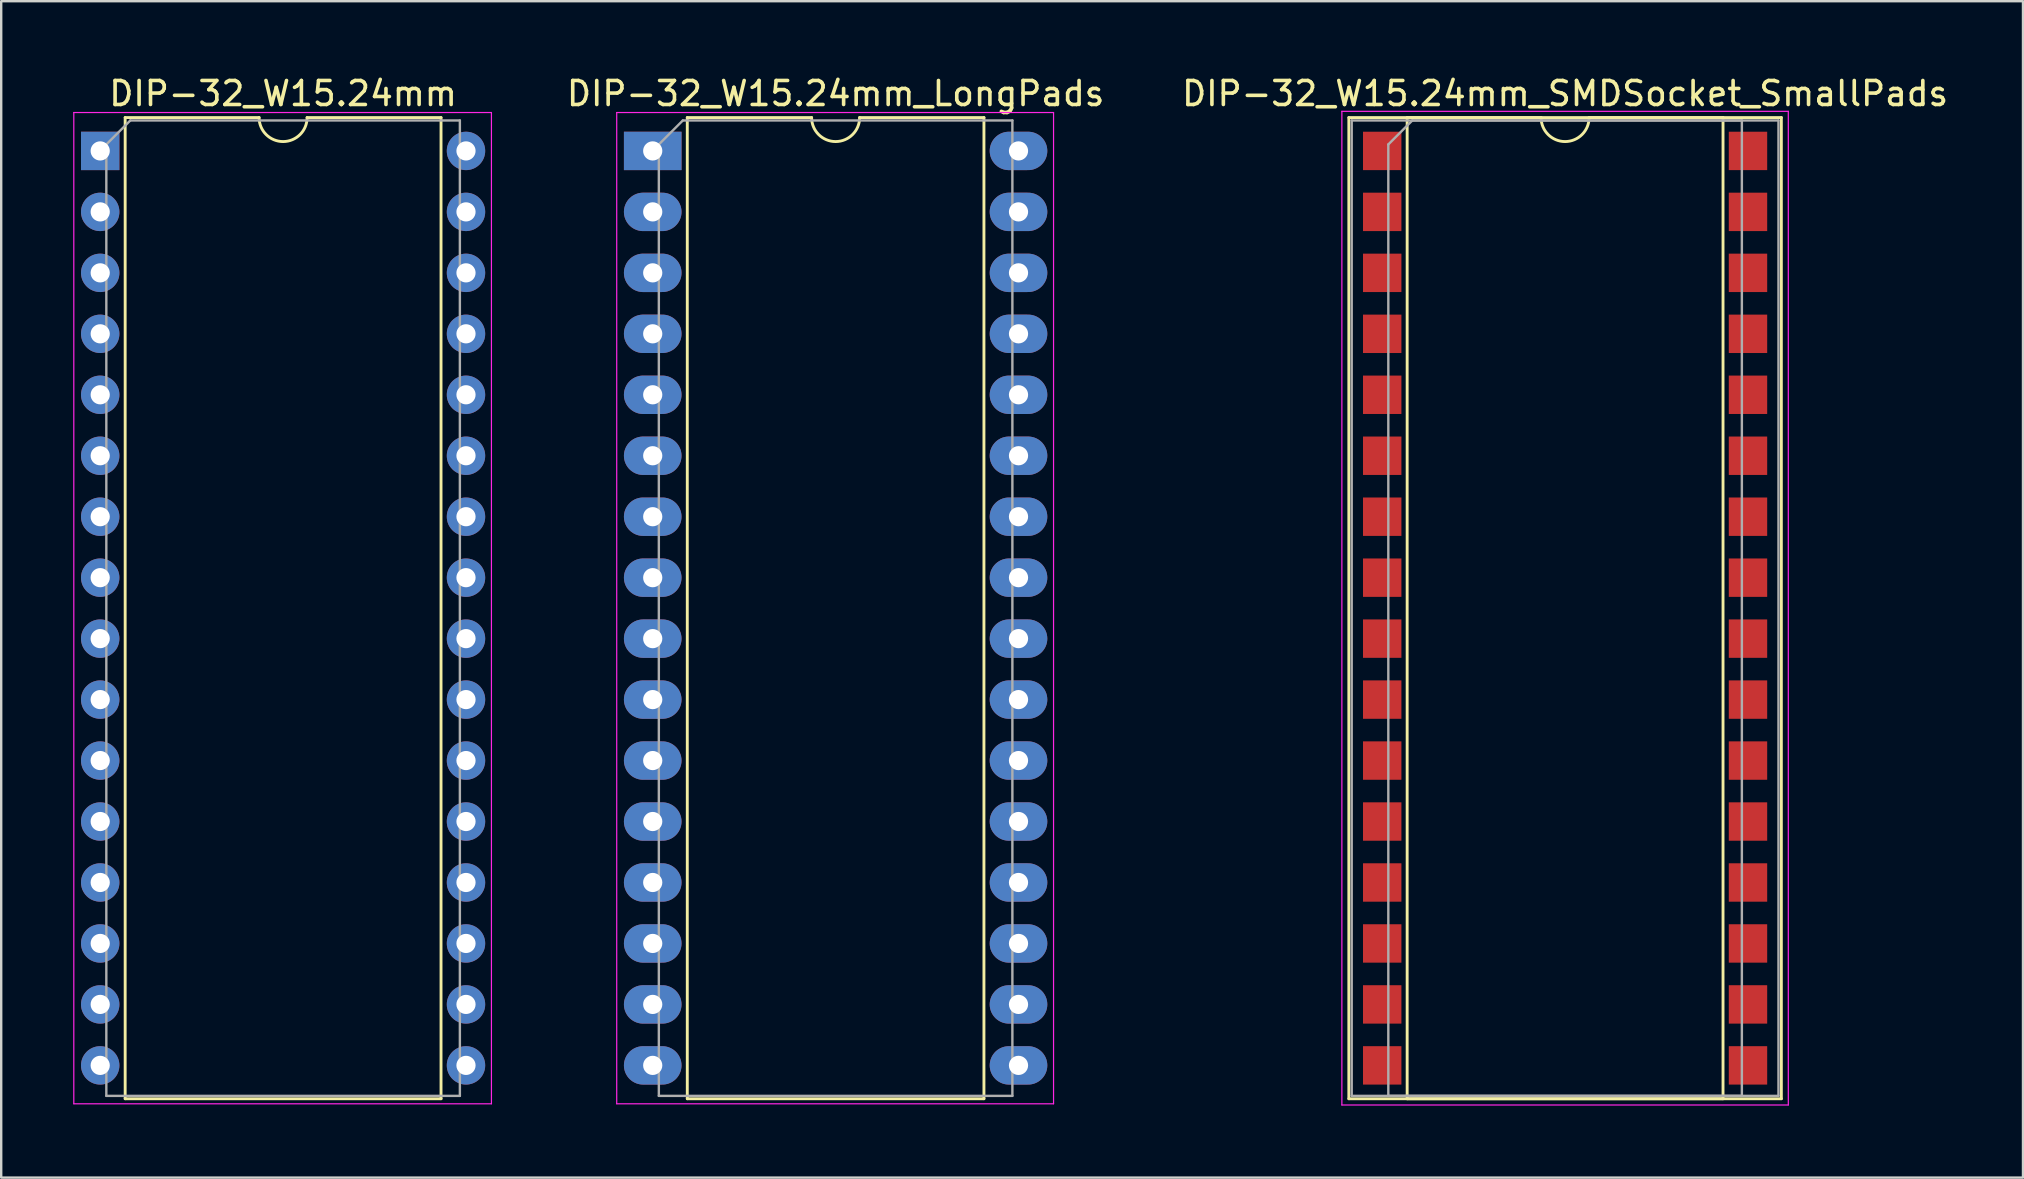
<source format=kicad_pcb>
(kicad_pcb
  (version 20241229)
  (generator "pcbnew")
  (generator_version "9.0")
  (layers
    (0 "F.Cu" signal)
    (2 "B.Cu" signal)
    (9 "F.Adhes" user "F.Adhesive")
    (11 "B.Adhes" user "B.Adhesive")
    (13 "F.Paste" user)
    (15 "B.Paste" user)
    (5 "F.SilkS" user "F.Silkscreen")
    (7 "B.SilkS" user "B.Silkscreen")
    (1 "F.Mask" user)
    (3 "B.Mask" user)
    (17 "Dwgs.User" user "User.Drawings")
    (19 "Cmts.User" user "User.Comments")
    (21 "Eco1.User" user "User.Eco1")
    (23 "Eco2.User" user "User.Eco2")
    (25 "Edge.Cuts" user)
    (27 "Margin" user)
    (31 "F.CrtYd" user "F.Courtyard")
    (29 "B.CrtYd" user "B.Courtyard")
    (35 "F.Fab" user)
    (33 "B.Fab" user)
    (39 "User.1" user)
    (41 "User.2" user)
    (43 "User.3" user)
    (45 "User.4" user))
  (footprint "DIP-32_W15.24mm_LongPads"
    (layer "F.Cu")
    (at 24.145 3.238)
    (property "Reference" "DIP-32_W15.24mm_LongPads" (at 7.62 -2.39 0) (layer "F.SilkS") (effects (font (size 1 1) (thickness 0.15))))
    (attr through_hole)
    (fp_line (start 1.44 -1.39) (end 1.44 39.49) (stroke (width 0.12) (type solid)) (layer "F.SilkS"))
    (fp_line (start 1.44 39.49) (end 13.8 39.49) (stroke (width 0.12) (type solid)) (layer "F.SilkS"))
    (fp_line (start 6.62 -1.39) (end 1.44 -1.39) (stroke (width 0.12) (type solid)) (layer "F.SilkS"))
    (fp_line (start 13.8 -1.39) (end 8.62 -1.39) (stroke (width 0.12) (type solid)) (layer "F.SilkS"))
    (fp_line (start 13.8 39.49) (end 13.8 -1.39) (stroke (width 0.12) (type solid)) (layer "F.SilkS"))
    (fp_arc (start 8.62 -1.39) (mid 7.62 -0.39) (end 6.62 -1.39) (stroke (width 0.12) (type solid)) (layer "F.SilkS"))
    (fp_line (start -1.5 -1.6) (end -1.5 39.7) (stroke (width 0.05) (type solid)) (layer "F.CrtYd"))
    (fp_line (start -1.5 39.7) (end 16.7 39.7) (stroke (width 0.05) (type solid)) (layer "F.CrtYd"))
    (fp_line (start 16.7 -1.6) (end -1.5 -1.6) (stroke (width 0.05) (type solid)) (layer "F.CrtYd"))
    (fp_line (start 16.7 39.7) (end 16.7 -1.6) (stroke (width 0.05) (type solid)) (layer "F.CrtYd"))
    (fp_line (start 0.255 -0.27) (end 1.255 -1.27) (stroke (width 0.1) (type solid)) (layer "F.Fab"))
    (fp_line (start 0.255 39.37) (end 0.255 -0.27) (stroke (width 0.1) (type solid)) (layer "F.Fab"))
    (fp_line (start 1.255 -1.27) (end 14.985 -1.27) (stroke (width 0.1) (type solid)) (layer "F.Fab"))
    (fp_line (start 14.985 -1.27) (end 14.985 39.37) (stroke (width 0.1) (type solid)) (layer "F.Fab"))
    (fp_line (start 14.985 39.37) (end 0.255 39.37) (stroke (width 0.1) (type solid)) (layer "F.Fab"))
    (pad "1" thru_hole rect (at 0 0) (size 2.4 1.6) (drill 0.8) (layers "*.Cu" "*.Mask"))
    (pad "2" thru_hole oval (at 0 2.54) (size 2.4 1.6) (drill 0.8) (layers "*.Cu" "*.Mask"))
    (pad "3" thru_hole oval (at 0 5.08) (size 2.4 1.6) (drill 0.8) (layers "*.Cu" "*.Mask"))
    (pad "4" thru_hole oval (at 0 7.62) (size 2.4 1.6) (drill 0.8) (layers "*.Cu" "*.Mask"))
    (pad "5" thru_hole oval (at 0 10.16) (size 2.4 1.6) (drill 0.8) (layers "*.Cu" "*.Mask"))
    (pad "6" thru_hole oval (at 0 12.7) (size 2.4 1.6) (drill 0.8) (layers "*.Cu" "*.Mask"))
    (pad "7" thru_hole oval (at 0 15.24) (size 2.4 1.6) (drill 0.8) (layers "*.Cu" "*.Mask"))
    (pad "8" thru_hole oval (at 0 17.78) (size 2.4 1.6) (drill 0.8) (layers "*.Cu" "*.Mask"))
    (pad "9" thru_hole oval (at 0 20.32) (size 2.4 1.6) (drill 0.8) (layers "*.Cu" "*.Mask"))
    (pad "10" thru_hole oval (at 0 22.86) (size 2.4 1.6) (drill 0.8) (layers "*.Cu" "*.Mask"))
    (pad "11" thru_hole oval (at 0 25.4) (size 2.4 1.6) (drill 0.8) (layers "*.Cu" "*.Mask"))
    (pad "12" thru_hole oval (at 0 27.94) (size 2.4 1.6) (drill 0.8) (layers "*.Cu" "*.Mask"))
    (pad "13" thru_hole oval (at 0 30.48) (size 2.4 1.6) (drill 0.8) (layers "*.Cu" "*.Mask"))
    (pad "14" thru_hole oval (at 0 33.02) (size 2.4 1.6) (drill 0.8) (layers "*.Cu" "*.Mask"))
    (pad "15" thru_hole oval (at 0 35.56) (size 2.4 1.6) (drill 0.8) (layers "*.Cu" "*.Mask"))
    (pad "16" thru_hole oval (at 0 38.1) (size 2.4 1.6) (drill 0.8) (layers "*.Cu" "*.Mask"))
    (pad "17" thru_hole oval (at 15.24 38.1) (size 2.4 1.6) (drill 0.8) (layers "*.Cu" "*.Mask"))
    (pad "18" thru_hole oval (at 15.24 35.56) (size 2.4 1.6) (drill 0.8) (layers "*.Cu" "*.Mask"))
    (pad "19" thru_hole oval (at 15.24 33.02) (size 2.4 1.6) (drill 0.8) (layers "*.Cu" "*.Mask"))
    (pad "20" thru_hole oval (at 15.24 30.48) (size 2.4 1.6) (drill 0.8) (layers "*.Cu" "*.Mask"))
    (pad "21" thru_hole oval (at 15.24 27.94) (size 2.4 1.6) (drill 0.8) (layers "*.Cu" "*.Mask"))
    (pad "22" thru_hole oval (at 15.24 25.4) (size 2.4 1.6) (drill 0.8) (layers "*.Cu" "*.Mask"))
    (pad "23" thru_hole oval (at 15.24 22.86) (size 2.4 1.6) (drill 0.8) (layers "*.Cu" "*.Mask"))
    (pad "24" thru_hole oval (at 15.24 20.32) (size 2.4 1.6) (drill 0.8) (layers "*.Cu" "*.Mask"))
    (pad "25" thru_hole oval (at 15.24 17.78) (size 2.4 1.6) (drill 0.8) (layers "*.Cu" "*.Mask"))
    (pad "26" thru_hole oval (at 15.24 15.24) (size 2.4 1.6) (drill 0.8) (layers "*.Cu" "*.Mask"))
    (pad "27" thru_hole oval (at 15.24 12.7) (size 2.4 1.6) (drill 0.8) (layers "*.Cu" "*.Mask"))
    (pad "28" thru_hole oval (at 15.24 10.16) (size 2.4 1.6) (drill 0.8) (layers "*.Cu" "*.Mask"))
    (pad "29" thru_hole oval (at 15.24 7.62) (size 2.4 1.6) (drill 0.8) (layers "*.Cu" "*.Mask"))
    (pad "30" thru_hole oval (at 15.24 5.08) (size 2.4 1.6) (drill 0.8) (layers "*.Cu" "*.Mask"))
    (pad "31" thru_hole oval (at 15.24 2.54) (size 2.4 1.6) (drill 0.8) (layers "*.Cu" "*.Mask"))
    (pad "32" thru_hole oval (at 15.24 0) (size 2.4 1.6) (drill 0.8) (layers "*.Cu" "*.Mask")))
  (footprint "DIP-32_W15.24mm_SMDSocket_SmallPads"
    (layer "F.Cu")
    (at 62.158 22.288)
    (property "Reference" "DIP-32_W15.24mm_SMDSocket_SmallPads" (at 0 -21.44 0) (layer "F.SilkS") (effects (font (size 1 1) (thickness 0.15))))
    (attr smd)
    (fp_line (start -9.01 -20.44) (end -9.01 20.44) (stroke (width 0.12) (type solid)) (layer "F.SilkS"))
    (fp_line (start -9.01 20.44) (end 9.01 20.44) (stroke (width 0.12) (type solid)) (layer "F.SilkS"))
    (fp_line (start -6.58 -20.44) (end -6.58 20.44) (stroke (width 0.12) (type solid)) (layer "F.SilkS"))
    (fp_line (start -6.58 20.44) (end 6.58 20.44) (stroke (width 0.12) (type solid)) (layer "F.SilkS"))
    (fp_line (start -1 -20.44) (end -6.58 -20.44) (stroke (width 0.12) (type solid)) (layer "F.SilkS"))
    (fp_line (start 6.58 -20.44) (end 1 -20.44) (stroke (width 0.12) (type solid)) (layer "F.SilkS"))
    (fp_line (start 6.58 20.44) (end 6.58 -20.44) (stroke (width 0.12) (type solid)) (layer "F.SilkS"))
    (fp_line (start 9.01 -20.44) (end -9.01 -20.44) (stroke (width 0.12) (type solid)) (layer "F.SilkS"))
    (fp_line (start 9.01 20.44) (end 9.01 -20.44) (stroke (width 0.12) (type solid)) (layer "F.SilkS"))
    (fp_arc (start 1 -20.44) (mid 0 -19.44) (end -1 -20.44) (stroke (width 0.12) (type solid)) (layer "F.SilkS"))
    (fp_line (start -9.3 -20.7) (end -9.3 20.7) (stroke (width 0.05) (type solid)) (layer "F.CrtYd"))
    (fp_line (start -9.3 20.7) (end 9.3 20.7) (stroke (width 0.05) (type solid)) (layer "F.CrtYd"))
    (fp_line (start 9.3 -20.7) (end -9.3 -20.7) (stroke (width 0.05) (type solid)) (layer "F.CrtYd"))
    (fp_line (start 9.3 20.7) (end 9.3 -20.7) (stroke (width 0.05) (type solid)) (layer "F.CrtYd"))
    (fp_line (start -8.89 -20.32) (end -8.89 20.32) (stroke (width 0.1) (type solid)) (layer "F.Fab"))
    (fp_line (start -8.89 20.32) (end 8.89 20.32) (stroke (width 0.1) (type solid)) (layer "F.Fab"))
    (fp_line (start -7.365 -19.32) (end -6.365 -20.32) (stroke (width 0.1) (type solid)) (layer "F.Fab"))
    (fp_line (start -7.365 20.32) (end -7.365 -19.32) (stroke (width 0.1) (type solid)) (layer "F.Fab"))
    (fp_line (start -6.365 -20.32) (end 7.365 -20.32) (stroke (width 0.1) (type solid)) (layer "F.Fab"))
    (fp_line (start 7.365 -20.32) (end 7.365 20.32) (stroke (width 0.1) (type solid)) (layer "F.Fab"))
    (fp_line (start 7.365 20.32) (end -7.365 20.32) (stroke (width 0.1) (type solid)) (layer "F.Fab"))
    (fp_line (start 8.89 -20.32) (end -8.89 -20.32) (stroke (width 0.1) (type solid)) (layer "F.Fab"))
    (fp_line (start 8.89 20.32) (end 8.89 -20.32) (stroke (width 0.1) (type solid)) (layer "F.Fab"))
    (pad "1" smd rect (at -7.62 -19.05) (size 1.6 1.6) (layers "F.Cu" "F.Mask"))
    (pad "2" smd rect (at -7.62 -16.51) (size 1.6 1.6) (layers "F.Cu" "F.Mask"))
    (pad "3" smd rect (at -7.62 -13.97) (size 1.6 1.6) (layers "F.Cu" "F.Mask"))
    (pad "4" smd rect (at -7.62 -11.43) (size 1.6 1.6) (layers "F.Cu" "F.Mask"))
    (pad "5" smd rect (at -7.62 -8.89) (size 1.6 1.6) (layers "F.Cu" "F.Mask"))
    (pad "6" smd rect (at -7.62 -6.35) (size 1.6 1.6) (layers "F.Cu" "F.Mask"))
    (pad "7" smd rect (at -7.62 -3.81) (size 1.6 1.6) (layers "F.Cu" "F.Mask"))
    (pad "8" smd rect (at -7.62 -1.27) (size 1.6 1.6) (layers "F.Cu" "F.Mask"))
    (pad "9" smd rect (at -7.62 1.27) (size 1.6 1.6) (layers "F.Cu" "F.Mask"))
    (pad "10" smd rect (at -7.62 3.81) (size 1.6 1.6) (layers "F.Cu" "F.Mask"))
    (pad "11" smd rect (at -7.62 6.35) (size 1.6 1.6) (layers "F.Cu" "F.Mask"))
    (pad "12" smd rect (at -7.62 8.89) (size 1.6 1.6) (layers "F.Cu" "F.Mask"))
    (pad "13" smd rect (at -7.62 11.43) (size 1.6 1.6) (layers "F.Cu" "F.Mask"))
    (pad "14" smd rect (at -7.62 13.97) (size 1.6 1.6) (layers "F.Cu" "F.Mask"))
    (pad "15" smd rect (at -7.62 16.51) (size 1.6 1.6) (layers "F.Cu" "F.Mask"))
    (pad "16" smd rect (at -7.62 19.05) (size 1.6 1.6) (layers "F.Cu" "F.Mask"))
    (pad "17" smd rect (at 7.62 19.05) (size 1.6 1.6) (layers "F.Cu" "F.Mask"))
    (pad "18" smd rect (at 7.62 16.51) (size 1.6 1.6) (layers "F.Cu" "F.Mask"))
    (pad "19" smd rect (at 7.62 13.97) (size 1.6 1.6) (layers "F.Cu" "F.Mask"))
    (pad "20" smd rect (at 7.62 11.43) (size 1.6 1.6) (layers "F.Cu" "F.Mask"))
    (pad "21" smd rect (at 7.62 8.89) (size 1.6 1.6) (layers "F.Cu" "F.Mask"))
    (pad "22" smd rect (at 7.62 6.35) (size 1.6 1.6) (layers "F.Cu" "F.Mask"))
    (pad "23" smd rect (at 7.62 3.81) (size 1.6 1.6) (layers "F.Cu" "F.Mask"))
    (pad "24" smd rect (at 7.62 1.27) (size 1.6 1.6) (layers "F.Cu" "F.Mask"))
    (pad "25" smd rect (at 7.62 -1.27) (size 1.6 1.6) (layers "F.Cu" "F.Mask"))
    (pad "26" smd rect (at 7.62 -3.81) (size 1.6 1.6) (layers "F.Cu" "F.Mask"))
    (pad "27" smd rect (at 7.62 -6.35) (size 1.6 1.6) (layers "F.Cu" "F.Mask"))
    (pad "28" smd rect (at 7.62 -8.89) (size 1.6 1.6) (layers "F.Cu" "F.Mask"))
    (pad "29" smd rect (at 7.62 -11.43) (size 1.6 1.6) (layers "F.Cu" "F.Mask"))
    (pad "30" smd rect (at 7.62 -13.97) (size 1.6 1.6) (layers "F.Cu" "F.Mask"))
    (pad "31" smd rect (at 7.62 -16.51) (size 1.6 1.6) (layers "F.Cu" "F.Mask"))
    (pad "32" smd rect (at 7.62 -19.05) (size 1.6 1.6) (layers "F.Cu" "F.Mask")))
  (footprint "DIP-32_W15.24mm"
    (layer "F.Cu")
    (at 1.125 3.238)
    (property "Reference" "DIP-32_W15.24mm" (at 7.62 -2.39 0) (layer "F.SilkS") (effects (font (size 1 1) (thickness 0.15))))
    (attr through_hole)
    (fp_line (start 1.04 -1.39) (end 1.04 39.49) (stroke (width 0.12) (type solid)) (layer "F.SilkS"))
    (fp_line (start 1.04 39.49) (end 14.2 39.49) (stroke (width 0.12) (type solid)) (layer "F.SilkS"))
    (fp_line (start 6.62 -1.39) (end 1.04 -1.39) (stroke (width 0.12) (type solid)) (layer "F.SilkS"))
    (fp_line (start 14.2 -1.39) (end 8.62 -1.39) (stroke (width 0.12) (type solid)) (layer "F.SilkS"))
    (fp_line (start 14.2 39.49) (end 14.2 -1.39) (stroke (width 0.12) (type solid)) (layer "F.SilkS"))
    (fp_arc (start 8.62 -1.39) (mid 7.62 -0.39) (end 6.62 -1.39) (stroke (width 0.12) (type solid)) (layer "F.SilkS"))
    (fp_line (start -1.1 -1.6) (end -1.1 39.7) (stroke (width 0.05) (type solid)) (layer "F.CrtYd"))
    (fp_line (start -1.1 39.7) (end 16.3 39.7) (stroke (width 0.05) (type solid)) (layer "F.CrtYd"))
    (fp_line (start 16.3 -1.6) (end -1.1 -1.6) (stroke (width 0.05) (type solid)) (layer "F.CrtYd"))
    (fp_line (start 16.3 39.7) (end 16.3 -1.6) (stroke (width 0.05) (type solid)) (layer "F.CrtYd"))
    (fp_line (start 0.255 -0.27) (end 1.255 -1.27) (stroke (width 0.1) (type solid)) (layer "F.Fab"))
    (fp_line (start 0.255 39.37) (end 0.255 -0.27) (stroke (width 0.1) (type solid)) (layer "F.Fab"))
    (fp_line (start 1.255 -1.27) (end 14.985 -1.27) (stroke (width 0.1) (type solid)) (layer "F.Fab"))
    (fp_line (start 14.985 -1.27) (end 14.985 39.37) (stroke (width 0.1) (type solid)) (layer "F.Fab"))
    (fp_line (start 14.985 39.37) (end 0.255 39.37) (stroke (width 0.1) (type solid)) (layer "F.Fab"))
    (pad "1" thru_hole rect (at 0 0) (size 1.6 1.6) (drill 0.8) (layers "*.Cu" "*.Mask"))
    (pad "2" thru_hole oval (at 0 2.54) (size 1.6 1.6) (drill 0.8) (layers "*.Cu" "*.Mask"))
    (pad "3" thru_hole oval (at 0 5.08) (size 1.6 1.6) (drill 0.8) (layers "*.Cu" "*.Mask"))
    (pad "4" thru_hole oval (at 0 7.62) (size 1.6 1.6) (drill 0.8) (layers "*.Cu" "*.Mask"))
    (pad "5" thru_hole oval (at 0 10.16) (size 1.6 1.6) (drill 0.8) (layers "*.Cu" "*.Mask"))
    (pad "6" thru_hole oval (at 0 12.7) (size 1.6 1.6) (drill 0.8) (layers "*.Cu" "*.Mask"))
    (pad "7" thru_hole oval (at 0 15.24) (size 1.6 1.6) (drill 0.8) (layers "*.Cu" "*.Mask"))
    (pad "8" thru_hole oval (at 0 17.78) (size 1.6 1.6) (drill 0.8) (layers "*.Cu" "*.Mask"))
    (pad "9" thru_hole oval (at 0 20.32) (size 1.6 1.6) (drill 0.8) (layers "*.Cu" "*.Mask"))
    (pad "10" thru_hole oval (at 0 22.86) (size 1.6 1.6) (drill 0.8) (layers "*.Cu" "*.Mask"))
    (pad "11" thru_hole oval (at 0 25.4) (size 1.6 1.6) (drill 0.8) (layers "*.Cu" "*.Mask"))
    (pad "12" thru_hole oval (at 0 27.94) (size 1.6 1.6) (drill 0.8) (layers "*.Cu" "*.Mask"))
    (pad "13" thru_hole oval (at 0 30.48) (size 1.6 1.6) (drill 0.8) (layers "*.Cu" "*.Mask"))
    (pad "14" thru_hole oval (at 0 33.02) (size 1.6 1.6) (drill 0.8) (layers "*.Cu" "*.Mask"))
    (pad "15" thru_hole oval (at 0 35.56) (size 1.6 1.6) (drill 0.8) (layers "*.Cu" "*.Mask"))
    (pad "16" thru_hole oval (at 0 38.1) (size 1.6 1.6) (drill 0.8) (layers "*.Cu" "*.Mask"))
    (pad "17" thru_hole oval (at 15.24 38.1) (size 1.6 1.6) (drill 0.8) (layers "*.Cu" "*.Mask"))
    (pad "18" thru_hole oval (at 15.24 35.56) (size 1.6 1.6) (drill 0.8) (layers "*.Cu" "*.Mask"))
    (pad "19" thru_hole oval (at 15.24 33.02) (size 1.6 1.6) (drill 0.8) (layers "*.Cu" "*.Mask"))
    (pad "20" thru_hole oval (at 15.24 30.48) (size 1.6 1.6) (drill 0.8) (layers "*.Cu" "*.Mask"))
    (pad "21" thru_hole oval (at 15.24 27.94) (size 1.6 1.6) (drill 0.8) (layers "*.Cu" "*.Mask"))
    (pad "22" thru_hole oval (at 15.24 25.4) (size 1.6 1.6) (drill 0.8) (layers "*.Cu" "*.Mask"))
    (pad "23" thru_hole oval (at 15.24 22.86) (size 1.6 1.6) (drill 0.8) (layers "*.Cu" "*.Mask"))
    (pad "24" thru_hole oval (at 15.24 20.32) (size 1.6 1.6) (drill 0.8) (layers "*.Cu" "*.Mask"))
    (pad "25" thru_hole oval (at 15.24 17.78) (size 1.6 1.6) (drill 0.8) (layers "*.Cu" "*.Mask"))
    (pad "26" thru_hole oval (at 15.24 15.24) (size 1.6 1.6) (drill 0.8) (layers "*.Cu" "*.Mask"))
    (pad "27" thru_hole oval (at 15.24 12.7) (size 1.6 1.6) (drill 0.8) (layers "*.Cu" "*.Mask"))
    (pad "28" thru_hole oval (at 15.24 10.16) (size 1.6 1.6) (drill 0.8) (layers "*.Cu" "*.Mask"))
    (pad "29" thru_hole oval (at 15.24 7.62) (size 1.6 1.6) (drill 0.8) (layers "*.Cu" "*.Mask"))
    (pad "30" thru_hole oval (at 15.24 5.08) (size 1.6 1.6) (drill 0.8) (layers "*.Cu" "*.Mask"))
    (pad "31" thru_hole oval (at 15.24 2.54) (size 1.6 1.6) (drill 0.8) (layers "*.Cu" "*.Mask"))
    (pad "32" thru_hole oval (at 15.24 0) (size 1.6 1.6) (drill 0.8) (layers "*.Cu" "*.Mask")))
  (gr_rect
    (start -3 -3)
    (end 81.236 46.013)
    (stroke (width 0.1) (type default))
    (fill no)
    (layer "Edge.Cuts")))
</source>
